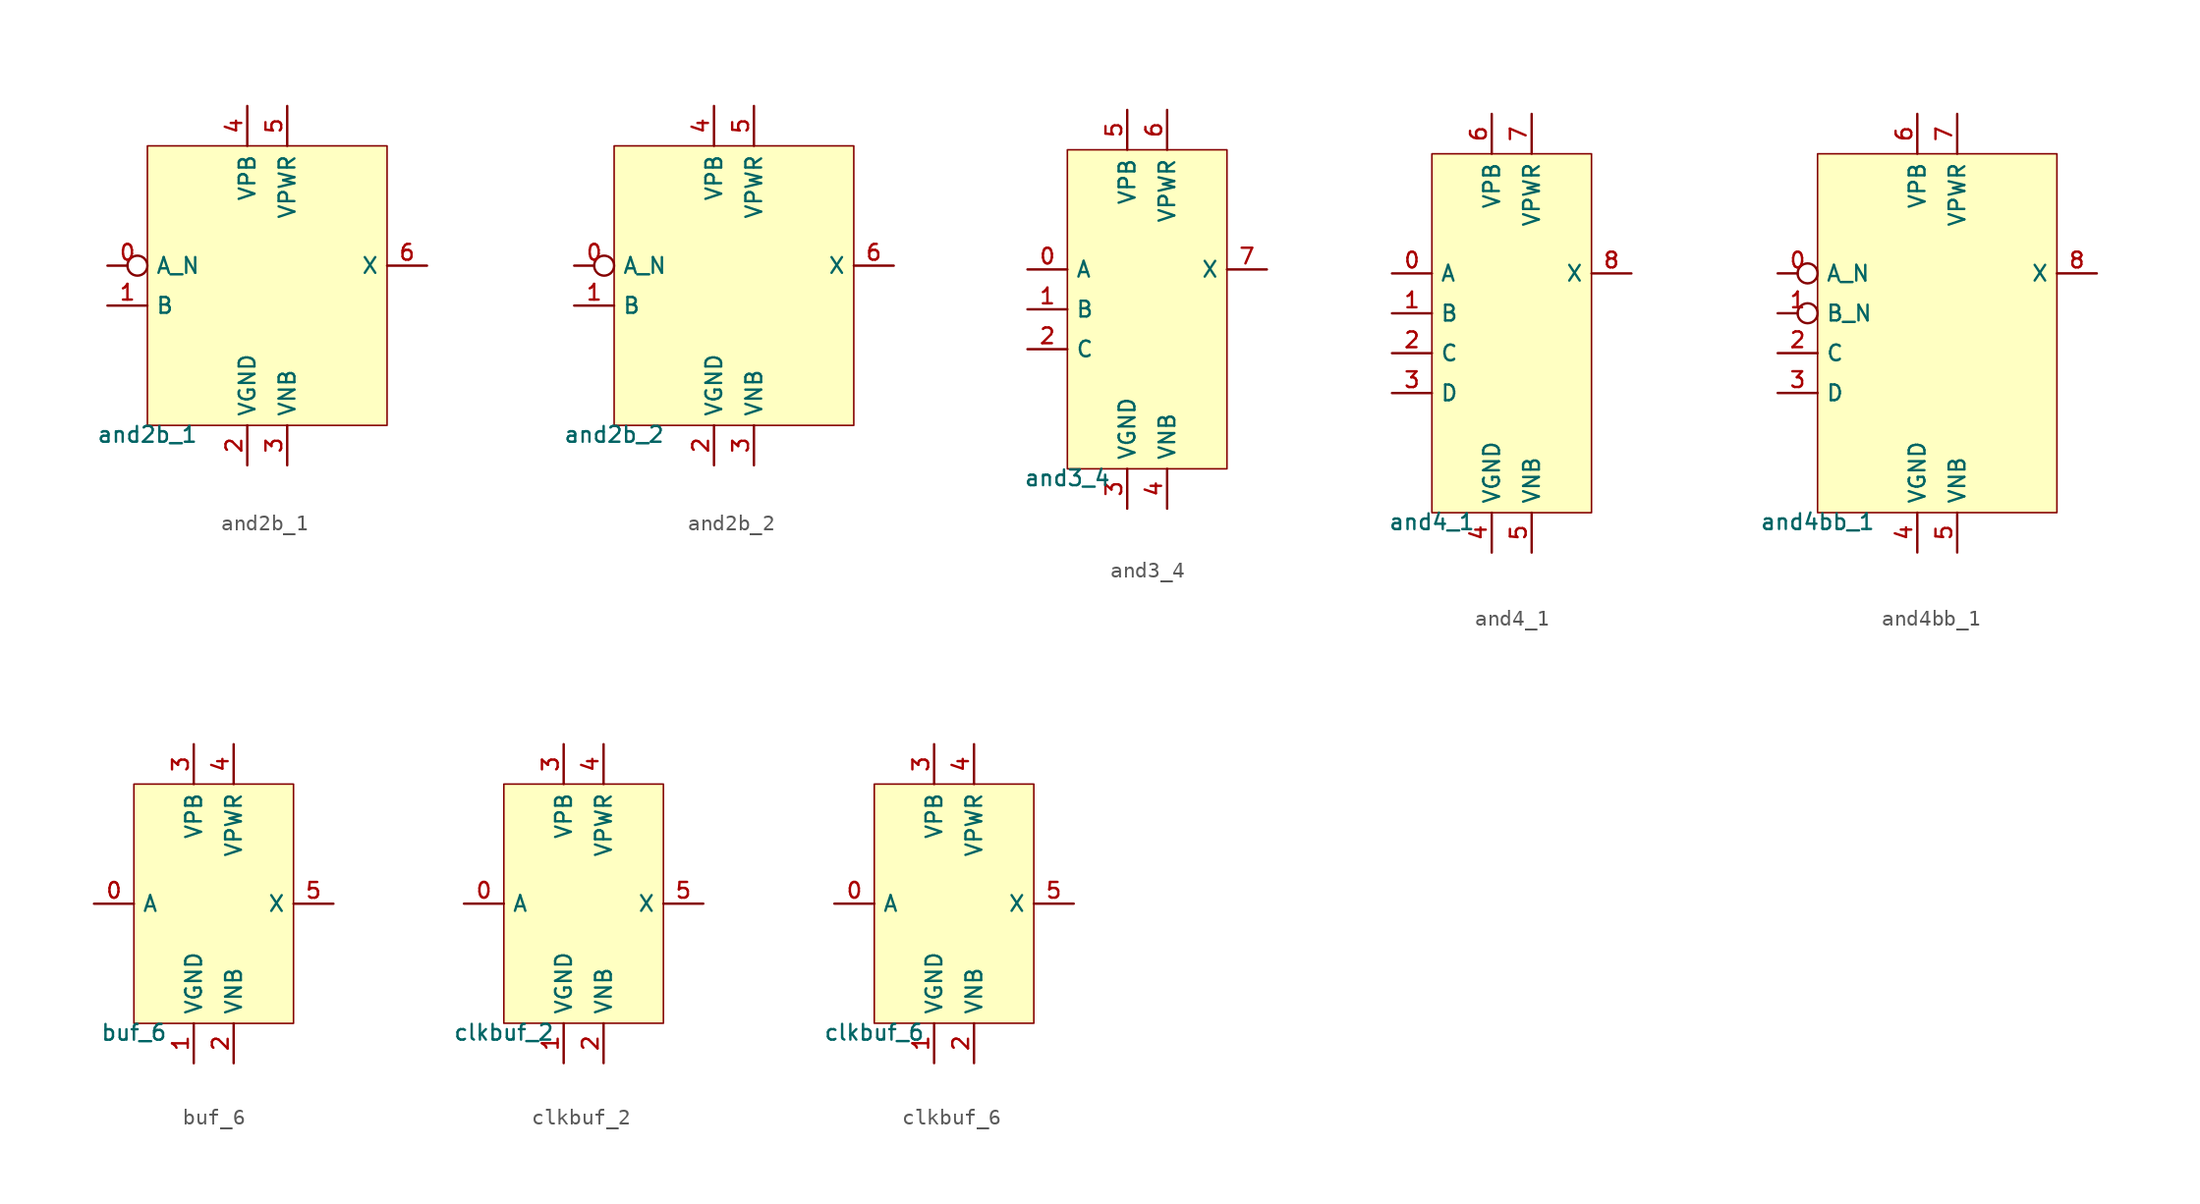
<source format=kicad_sym>
(kicad_symbol_lib
  (version 20211014)
  (generator lef2kicad_sym)
  (symbol "and2b_1"
    (property "Reference" "CELL"
      (at 0 0 0)
      (effects (font (size 1 1)) hide))
    (property "Value" "and2b_1"
      (at -7.62 -8.89 0)
      (effects (font (size 1 1)) (justify top)))
    (rectangle
      (start -7.62 -8.89)
      (end 7.62 8.89)
      (stroke (width 0.1) (type solid) (color 0 0 0 0))
      (fill (type background)))
    (pin input inverted
      (at -10.16 1.27 0)
      (length 2.54)
      (name "A_N" (effects (font (size 1 1)) hide))
      (number "0" (effects (font (size 1 1)) hide)))
    (pin input line
      (at -10.16 -1.27 0)
      (length 2.54)
      (name "B" (effects (font (size 1 1)) hide))
      (number "1" (effects (font (size 1 1)) hide)))
    (pin power_in line
      (at -1.27 -11.43 90)
      (length 2.54)
      (name "VGND" (effects (font (size 1 1)) hide))
      (number "2" (effects (font (size 1 1)) hide)))
    (pin power_in line
      (at 1.27 -11.43 90)
      (length 2.54)
      (name "VNB" (effects (font (size 1 1)) hide))
      (number "3" (effects (font (size 1 1)) hide)))
    (pin power_in line
      (at -1.27 11.43 270)
      (length 2.54)
      (name "VPB" (effects (font (size 1 1)) hide))
      (number "4" (effects (font (size 1 1)) hide)))
    (pin power_in line
      (at 1.27 11.43 270)
      (length 2.54)
      (name "VPWR" (effects (font (size 1 1)) hide))
      (number "5" (effects (font (size 1 1)) hide)))
    (pin output line
      (at 10.16 1.27 180)
      (length 2.54)
      (name "X" (effects (font (size 1 1)) hide))
      (number "6" (effects (font (size 1 1)) hide))))
  (symbol "and2b_2"
    (property "Reference" "CELL"
      (at 0 0 0)
      (effects (font (size 1 1)) hide))
    (property "Value" "and2b_2"
      (at -7.62 -8.89 0)
      (effects (font (size 1 1)) (justify top)))
    (rectangle
      (start -7.62 -8.89)
      (end 7.62 8.89)
      (stroke (width 0.1) (type solid) (color 0 0 0 0))
      (fill (type background)))
    (pin input inverted
      (at -10.16 1.27 0)
      (length 2.54)
      (name "A_N" (effects (font (size 1 1)) hide))
      (number "0" (effects (font (size 1 1)) hide)))
    (pin input line
      (at -10.16 -1.27 0)
      (length 2.54)
      (name "B" (effects (font (size 1 1)) hide))
      (number "1" (effects (font (size 1 1)) hide)))
    (pin power_in line
      (at -1.27 -11.43 90)
      (length 2.54)
      (name "VGND" (effects (font (size 1 1)) hide))
      (number "2" (effects (font (size 1 1)) hide)))
    (pin power_in line
      (at 1.27 -11.43 90)
      (length 2.54)
      (name "VNB" (effects (font (size 1 1)) hide))
      (number "3" (effects (font (size 1 1)) hide)))
    (pin power_in line
      (at -1.27 11.43 270)
      (length 2.54)
      (name "VPB" (effects (font (size 1 1)) hide))
      (number "4" (effects (font (size 1 1)) hide)))
    (pin power_in line
      (at 1.27 11.43 270)
      (length 2.54)
      (name "VPWR" (effects (font (size 1 1)) hide))
      (number "5" (effects (font (size 1 1)) hide)))
    (pin output line
      (at 10.16 1.27 180)
      (length 2.54)
      (name "X" (effects (font (size 1 1)) hide))
      (number "6" (effects (font (size 1 1)) hide))))
  (symbol "and3_4"
    (property "Reference" "CELL"
      (at 0 0 0)
      (effects (font (size 1 1)) hide))
    (property "Value" "and3_4"
      (at -5.08 -10.16 0)
      (effects (font (size 1 1)) (justify top)))
    (rectangle
      (start -5.08 -10.16)
      (end 5.08 10.16)
      (stroke (width 0.1) (type solid) (color 0 0 0 0))
      (fill (type background)))
    (pin input line
      (at -7.62 2.54 0)
      (length 2.54)
      (name "A" (effects (font (size 1 1)) hide))
      (number "0" (effects (font (size 1 1)) hide)))
    (pin input line
      (at -7.62 0.0 0)
      (length 2.54)
      (name "B" (effects (font (size 1 1)) hide))
      (number "1" (effects (font (size 1 1)) hide)))
    (pin input line
      (at -7.62 -2.54 0)
      (length 2.54)
      (name "C" (effects (font (size 1 1)) hide))
      (number "2" (effects (font (size 1 1)) hide)))
    (pin power_in line
      (at -1.27 -12.7 90)
      (length 2.54)
      (name "VGND" (effects (font (size 1 1)) hide))
      (number "3" (effects (font (size 1 1)) hide)))
    (pin power_in line
      (at 1.27 -12.7 90)
      (length 2.54)
      (name "VNB" (effects (font (size 1 1)) hide))
      (number "4" (effects (font (size 1 1)) hide)))
    (pin power_in line
      (at -1.27 12.7 270)
      (length 2.54)
      (name "VPB" (effects (font (size 1 1)) hide))
      (number "5" (effects (font (size 1 1)) hide)))
    (pin power_in line
      (at 1.27 12.7 270)
      (length 2.54)
      (name "VPWR" (effects (font (size 1 1)) hide))
      (number "6" (effects (font (size 1 1)) hide)))
    (pin output line
      (at 7.62 2.54 180)
      (length 2.54)
      (name "X" (effects (font (size 1 1)) hide))
      (number "7" (effects (font (size 1 1)) hide))))
  (symbol "and4_1"
    (property "Reference" "CELL"
      (at 0 0 0)
      (effects (font (size 1 1)) hide))
    (property "Value" "and4_1"
      (at -5.08 -11.43 0)
      (effects (font (size 1 1)) (justify top)))
    (rectangle
      (start -5.08 -11.43)
      (end 5.08 11.43)
      (stroke (width 0.1) (type solid) (color 0 0 0 0))
      (fill (type background)))
    (pin input line
      (at -7.62 3.81 0)
      (length 2.54)
      (name "A" (effects (font (size 1 1)) hide))
      (number "0" (effects (font (size 1 1)) hide)))
    (pin input line
      (at -7.62 1.27 0)
      (length 2.54)
      (name "B" (effects (font (size 1 1)) hide))
      (number "1" (effects (font (size 1 1)) hide)))
    (pin input line
      (at -7.62 -1.27 0)
      (length 2.54)
      (name "C" (effects (font (size 1 1)) hide))
      (number "2" (effects (font (size 1 1)) hide)))
    (pin input line
      (at -7.62 -3.81 0)
      (length 2.54)
      (name "D" (effects (font (size 1 1)) hide))
      (number "3" (effects (font (size 1 1)) hide)))
    (pin power_in line
      (at -1.27 -13.97 90)
      (length 2.54)
      (name "VGND" (effects (font (size 1 1)) hide))
      (number "4" (effects (font (size 1 1)) hide)))
    (pin power_in line
      (at 1.27 -13.97 90)
      (length 2.54)
      (name "VNB" (effects (font (size 1 1)) hide))
      (number "5" (effects (font (size 1 1)) hide)))
    (pin power_in line
      (at -1.27 13.97 270)
      (length 2.54)
      (name "VPB" (effects (font (size 1 1)) hide))
      (number "6" (effects (font (size 1 1)) hide)))
    (pin power_in line
      (at 1.27 13.97 270)
      (length 2.54)
      (name "VPWR" (effects (font (size 1 1)) hide))
      (number "7" (effects (font (size 1 1)) hide)))
    (pin output line
      (at 7.62 3.81 180)
      (length 2.54)
      (name "X" (effects (font (size 1 1)) hide))
      (number "8" (effects (font (size 1 1)) hide))))
  (symbol "and4bb_1"
    (property "Reference" "CELL"
      (at 0 0 0)
      (effects (font (size 1 1)) hide))
    (property "Value" "and4bb_1"
      (at -7.62 -11.43 0)
      (effects (font (size 1 1)) (justify top)))
    (rectangle
      (start -7.62 -11.43)
      (end 7.62 11.43)
      (stroke (width 0.1) (type solid) (color 0 0 0 0))
      (fill (type background)))
    (pin input inverted
      (at -10.16 3.81 0)
      (length 2.54)
      (name "A_N" (effects (font (size 1 1)) hide))
      (number "0" (effects (font (size 1 1)) hide)))
    (pin input inverted
      (at -10.16 1.27 0)
      (length 2.54)
      (name "B_N" (effects (font (size 1 1)) hide))
      (number "1" (effects (font (size 1 1)) hide)))
    (pin input line
      (at -10.16 -1.27 0)
      (length 2.54)
      (name "C" (effects (font (size 1 1)) hide))
      (number "2" (effects (font (size 1 1)) hide)))
    (pin input line
      (at -10.16 -3.81 0)
      (length 2.54)
      (name "D" (effects (font (size 1 1)) hide))
      (number "3" (effects (font (size 1 1)) hide)))
    (pin power_in line
      (at -1.27 -13.97 90)
      (length 2.54)
      (name "VGND" (effects (font (size 1 1)) hide))
      (number "4" (effects (font (size 1 1)) hide)))
    (pin power_in line
      (at 1.27 -13.97 90)
      (length 2.54)
      (name "VNB" (effects (font (size 1 1)) hide))
      (number "5" (effects (font (size 1 1)) hide)))
    (pin power_in line
      (at -1.27 13.97 270)
      (length 2.54)
      (name "VPB" (effects (font (size 1 1)) hide))
      (number "6" (effects (font (size 1 1)) hide)))
    (pin power_in line
      (at 1.27 13.97 270)
      (length 2.54)
      (name "VPWR" (effects (font (size 1 1)) hide))
      (number "7" (effects (font (size 1 1)) hide)))
    (pin output line
      (at 10.16 3.81 180)
      (length 2.54)
      (name "X" (effects (font (size 1 1)) hide))
      (number "8" (effects (font (size 1 1)) hide))))
  (symbol "buf_6"
    (property "Reference" "CELL"
      (at 0 0 0)
      (effects (font (size 1 1)) hide))
    (property "Value" "buf_6"
      (at -5.08 -7.62 0)
      (effects (font (size 1 1)) (justify top)))
    (rectangle
      (start -5.08 -7.62)
      (end 5.08 7.62)
      (stroke (width 0.1) (type solid) (color 0 0 0 0))
      (fill (type background)))
    (pin input line
      (at -7.62 0.0 0)
      (length 2.54)
      (name "A" (effects (font (size 1 1)) hide))
      (number "0" (effects (font (size 1 1)) hide)))
    (pin power_in line
      (at -1.27 -10.16 90)
      (length 2.54)
      (name "VGND" (effects (font (size 1 1)) hide))
      (number "1" (effects (font (size 1 1)) hide)))
    (pin power_in line
      (at 1.27 -10.16 90)
      (length 2.54)
      (name "VNB" (effects (font (size 1 1)) hide))
      (number "2" (effects (font (size 1 1)) hide)))
    (pin power_in line
      (at -1.27 10.16 270)
      (length 2.54)
      (name "VPB" (effects (font (size 1 1)) hide))
      (number "3" (effects (font (size 1 1)) hide)))
    (pin power_in line
      (at 1.27 10.16 270)
      (length 2.54)
      (name "VPWR" (effects (font (size 1 1)) hide))
      (number "4" (effects (font (size 1 1)) hide)))
    (pin output line
      (at 7.62 0.0 180)
      (length 2.54)
      (name "X" (effects (font (size 1 1)) hide))
      (number "5" (effects (font (size 1 1)) hide))))
  (symbol "clkbuf_2"
    (property "Reference" "CELL"
      (at 0 0 0)
      (effects (font (size 1 1)) hide))
    (property "Value" "clkbuf_2"
      (at -5.08 -7.62 0)
      (effects (font (size 1 1)) (justify top)))
    (rectangle
      (start -5.08 -7.62)
      (end 5.08 7.62)
      (stroke (width 0.1) (type solid) (color 0 0 0 0))
      (fill (type background)))
    (pin input line
      (at -7.62 0.0 0)
      (length 2.54)
      (name "A" (effects (font (size 1 1)) hide))
      (number "0" (effects (font (size 1 1)) hide)))
    (pin power_in line
      (at -1.27 -10.16 90)
      (length 2.54)
      (name "VGND" (effects (font (size 1 1)) hide))
      (number "1" (effects (font (size 1 1)) hide)))
    (pin power_in line
      (at 1.27 -10.16 90)
      (length 2.54)
      (name "VNB" (effects (font (size 1 1)) hide))
      (number "2" (effects (font (size 1 1)) hide)))
    (pin power_in line
      (at -1.27 10.16 270)
      (length 2.54)
      (name "VPB" (effects (font (size 1 1)) hide))
      (number "3" (effects (font (size 1 1)) hide)))
    (pin power_in line
      (at 1.27 10.16 270)
      (length 2.54)
      (name "VPWR" (effects (font (size 1 1)) hide))
      (number "4" (effects (font (size 1 1)) hide)))
    (pin output line
      (at 7.62 0.0 180)
      (length 2.54)
      (name "X" (effects (font (size 1 1)) hide))
      (number "5" (effects (font (size 1 1)) hide))))
  (symbol "clkbuf_6"
    (property "Reference" "CELL"
      (at 0 0 0)
      (effects (font (size 1 1)) hide))
    (property "Value" "clkbuf_6"
      (at -5.08 -7.62 0)
      (effects (font (size 1 1)) (justify top)))
    (rectangle
      (start -5.08 -7.62)
      (end 5.08 7.62)
      (stroke (width 0.1) (type solid) (color 0 0 0 0))
      (fill (type background)))
    (pin input line
      (at -7.62 0.0 0)
      (length 2.54)
      (name "A" (effects (font (size 1 1)) hide))
      (number "0" (effects (font (size 1 1)) hide)))
    (pin power_in line
      (at -1.27 -10.16 90)
      (length 2.54)
      (name "VGND" (effects (font (size 1 1)) hide))
      (number "1" (effects (font (size 1 1)) hide)))
    (pin power_in line
      (at 1.27 -10.16 90)
      (length 2.54)
      (name "VNB" (effects (font (size 1 1)) hide))
      (number "2" (effects (font (size 1 1)) hide)))
    (pin power_in line
      (at -1.27 10.16 270)
      (length 2.54)
      (name "VPB" (effects (font (size 1 1)) hide))
      (number "3" (effects (font (size 1 1)) hide)))
    (pin power_in line
      (at 1.27 10.16 270)
      (length 2.54)
      (name "VPWR" (effects (font (size 1 1)) hide))
      (number "4" (effects (font (size 1 1)) hide)))
    (pin output line
      (at 7.62 0.0 180)
      (length 2.54)
      (name "X" (effects (font (size 1 1)) hide))
      (number "5" (effects (font (size 1 1)) hide)))))
</source>
